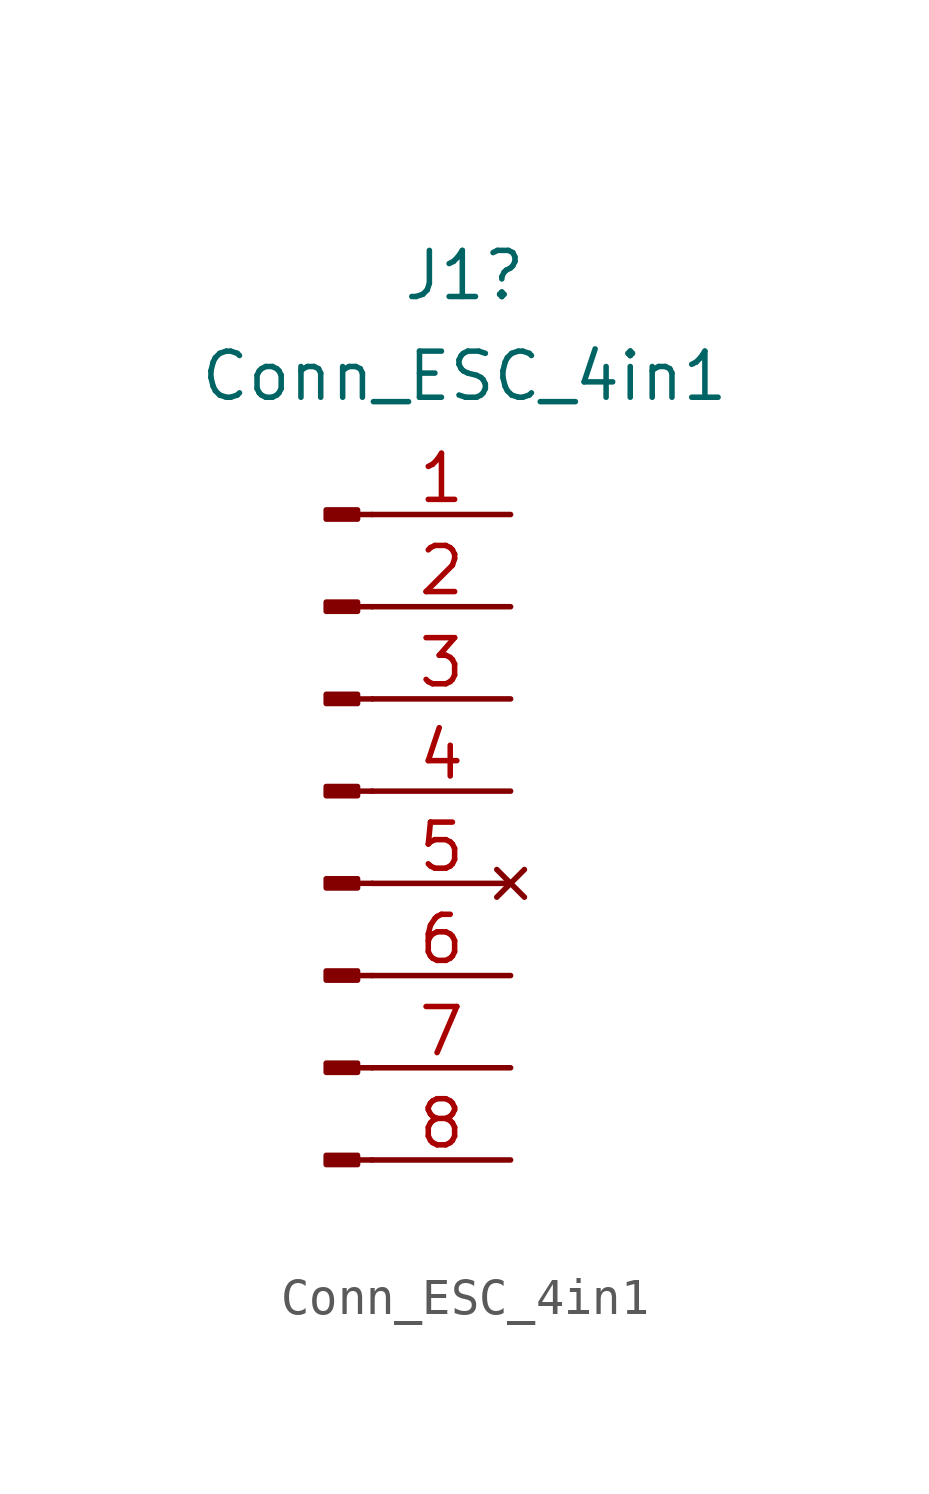
<source format=kicad_sym>
(kicad_symbol_lib
  (version 20211014)
  (generator kicad_symbol_editor)
  (symbol "Conn_ESC_4in1"
    (pin_names
      (offset 1.016) hide)
    (property "Reference" "J1"
      (at 3.81 14.205 0)
      (effects (font (size 1.27 1.27))))
    (property "Value" "Conn_ESC_4in1"
      (at 3.81 11.43 0)
      (effects (font (size 1.27 1.27))))
    (symbol "Conn_ESC_4in1_1_1"
      (polyline (pts (xy 1.27 -10.16) (xy 0.864 -10.16)) (stroke (width 0.152) (type default) (color 0 0 0 0)) (fill (type none)))
      (polyline (pts (xy 1.27 -7.62) (xy 0.864 -7.62)) (stroke (width 0.152) (type default) (color 0 0 0 0)) (fill (type none)))
      (polyline (pts (xy 1.27 -5.08) (xy 0.864 -5.08)) (stroke (width 0.152) (type default) (color 0 0 0 0)) (fill (type none)))
      (polyline (pts (xy 1.27 -2.54) (xy 0.864 -2.54)) (stroke (width 0.152) (type default) (color 0 0 0 0)) (fill (type none)))
      (polyline (pts (xy 1.27 0) (xy 0.864 0)) (stroke (width 0.152) (type default) (color 0 0 0 0)) (fill (type none)))
      (polyline (pts (xy 1.27 2.54) (xy 0.864 2.54)) (stroke (width 0.152) (type default) (color 0 0 0 0)) (fill (type none)))
      (polyline (pts (xy 1.27 5.08) (xy 0.864 5.08)) (stroke (width 0.152) (type default) (color 0 0 0 0)) (fill (type none)))
      (polyline (pts (xy 1.27 7.62) (xy 0.864 7.62)) (stroke (width 0.152) (type default) (color 0 0 0 0)) (fill (type none)))
      (rectangle (start 0.864 -10.033) (end 0 -10.287) (stroke (width 0.152) (type default) (color 0 0 0 0)) (fill (type outline)))
      (rectangle (start 0.864 -7.493) (end 0 -7.747) (stroke (width 0.152) (type default) (color 0 0 0 0)) (fill (type outline)))
      (rectangle (start 0.864 -4.953) (end 0 -5.207) (stroke (width 0.152) (type default) (color 0 0 0 0)) (fill (type outline)))
      (rectangle (start 0.864 -2.413) (end 0 -2.667) (stroke (width 0.152) (type default) (color 0 0 0 0)) (fill (type outline)))
      (rectangle (start 0.864 0.127) (end 0 -0.127) (stroke (width 0.152) (type default) (color 0 0 0 0)) (fill (type outline)))
      (rectangle (start 0.864 2.667) (end 0 2.413) (stroke (width 0.152) (type default) (color 0 0 0 0)) (fill (type outline)))
      (rectangle (start 0.864 5.207) (end 0 4.953) (stroke (width 0.152) (type default) (color 0 0 0 0)) (fill (type outline)))
      (rectangle (start 0.864 7.747) (end 0 7.493) (stroke (width 0.152) (type default) (color 0 0 0 0)) (fill (type outline)))
      (pin input line (at 5.08 7.62 180) (length 3.81) (name "IN4" (effects (font (size 1.27 1.27)))) (number "1" (effects (font (size 1.27 1.27)))))
      (pin input line (at 5.08 5.08 180) (length 3.81) (name "IN3" (effects (font (size 1.27 1.27)))) (number "2" (effects (font (size 1.27 1.27)))))
      (pin input line (at 5.08 2.54 180) (length 3.81) (name "IN2" (effects (font (size 1.27 1.27)))) (number "3" (effects (font (size 1.27 1.27)))))
      (pin input line (at 5.08 0 180) (length 3.81) (name "IN1" (effects (font (size 1.27 1.27)))) (number "4" (effects (font (size 1.27 1.27)))))
      (pin no_connect line (at 5.08 -2.54 180) (length 3.81) (name "Pin_5" (effects (font (size 1.27 1.27)))) (number "5" (effects (font (size 1.27 1.27)))))
      (pin power_out line (at 5.08 -5.08 180) (length 3.81) (name "GND" (effects (font (size 1.27 1.27)))) (number "6" (effects (font (size 1.27 1.27)))))
      (pin output line (at 5.08 -7.62 180) (length 3.81) (name "CRNT" (effects (font (size 1.27 1.27)))) (number "7" (effects (font (size 1.27 1.27)))))
      (pin power_out line (at 5.08 -10.16 180) (length 3.81) (name "VBAT" (effects (font (size 1.27 1.27)))) (number "8" (effects (font (size 1.27 1.27))))))))
</source>
